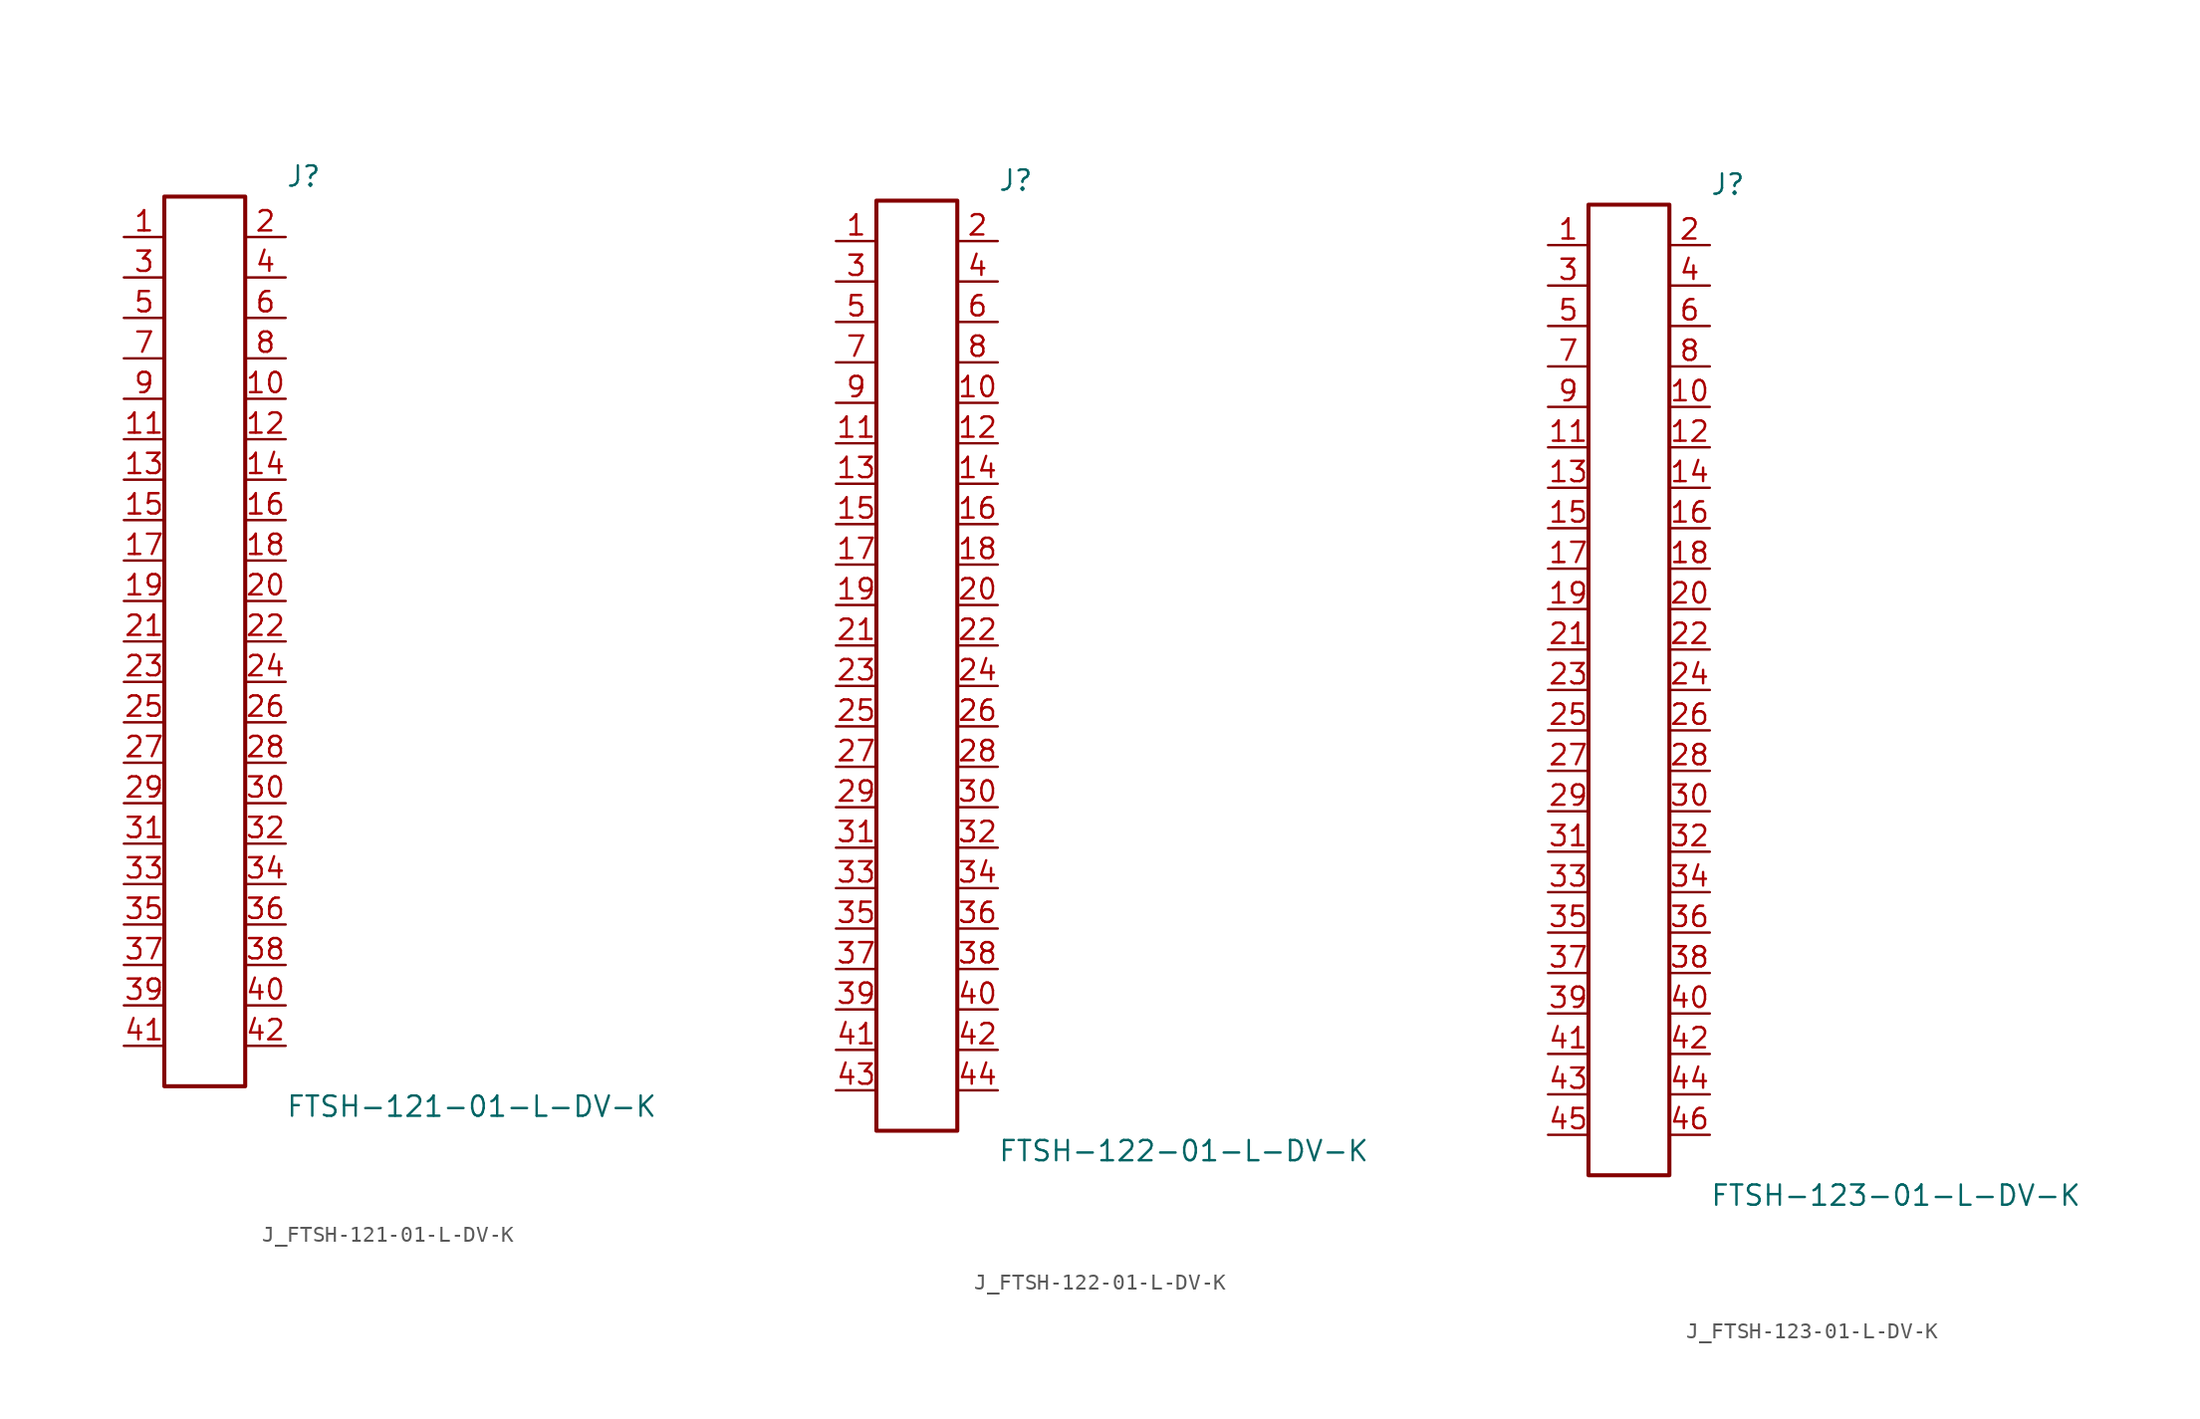
<source format=kicad_sym>
(kicad_symbol_lib
  (version 20231120)
  (generator kicad_symbol_editor)
  (generator_version 8.0)
  (symbol "J_FTSH-121-01-L-DV-K"
    (pin_names
      (offset 0.254))
    (property "Reference" "J"
      (at 5.08 29.21 0)
      (effects (font (size 1.27 1.27)) (justify left)))
    (property "Value" "FTSH-121-01-L-DV-K"
      (at 5.08 -29.21 0)
      (effects (font (size 1.27 1.27)) (justify left)))
    (symbol "J_FTSH-121-01-L-DV-K_0_0"
      (pin passive line (at -5.08 25.4 0) (length 2.54) (name "" (effects (font (size 1.27 1.27)))) (number "1" (effects (font (size 1.27 1.27)))))
      (pin passive line (at 5.08 25.4 180) (length 2.54) (name "" (effects (font (size 1.27 1.27)))) (number "2" (effects (font (size 1.27 1.27)))))
      (pin passive line (at -5.08 22.86 0) (length 2.54) (name "" (effects (font (size 1.27 1.27)))) (number "3" (effects (font (size 1.27 1.27)))))
      (pin passive line (at 5.08 22.86 180) (length 2.54) (name "" (effects (font (size 1.27 1.27)))) (number "4" (effects (font (size 1.27 1.27)))))
      (pin passive line (at -5.08 20.32 0) (length 2.54) (name "" (effects (font (size 1.27 1.27)))) (number "5" (effects (font (size 1.27 1.27)))))
      (pin passive line (at 5.08 20.32 180) (length 2.54) (name "" (effects (font (size 1.27 1.27)))) (number "6" (effects (font (size 1.27 1.27)))))
      (pin passive line (at -5.08 17.78 0) (length 2.54) (name "" (effects (font (size 1.27 1.27)))) (number "7" (effects (font (size 1.27 1.27)))))
      (pin passive line (at 5.08 17.78 180) (length 2.54) (name "" (effects (font (size 1.27 1.27)))) (number "8" (effects (font (size 1.27 1.27)))))
      (pin passive line (at -5.08 15.24 0) (length 2.54) (name "" (effects (font (size 1.27 1.27)))) (number "9" (effects (font (size 1.27 1.27)))))
      (pin passive line (at 5.08 15.24 180) (length 2.54) (name "" (effects (font (size 1.27 1.27)))) (number "10" (effects (font (size 1.27 1.27)))))
      (pin passive line (at -5.08 12.7 0) (length 2.54) (name "" (effects (font (size 1.27 1.27)))) (number "11" (effects (font (size 1.27 1.27)))))
      (pin passive line (at 5.08 12.7 180) (length 2.54) (name "" (effects (font (size 1.27 1.27)))) (number "12" (effects (font (size 1.27 1.27)))))
      (pin passive line (at -5.08 10.16 0) (length 2.54) (name "" (effects (font (size 1.27 1.27)))) (number "13" (effects (font (size 1.27 1.27)))))
      (pin passive line (at 5.08 10.16 180) (length 2.54) (name "" (effects (font (size 1.27 1.27)))) (number "14" (effects (font (size 1.27 1.27)))))
      (pin passive line (at -5.08 7.62 0) (length 2.54) (name "" (effects (font (size 1.27 1.27)))) (number "15" (effects (font (size 1.27 1.27)))))
      (pin passive line (at 5.08 7.62 180) (length 2.54) (name "" (effects (font (size 1.27 1.27)))) (number "16" (effects (font (size 1.27 1.27)))))
      (pin passive line (at -5.08 5.08 0) (length 2.54) (name "" (effects (font (size 1.27 1.27)))) (number "17" (effects (font (size 1.27 1.27)))))
      (pin passive line (at 5.08 5.08 180) (length 2.54) (name "" (effects (font (size 1.27 1.27)))) (number "18" (effects (font (size 1.27 1.27)))))
      (pin passive line (at -5.08 2.54 0) (length 2.54) (name "" (effects (font (size 1.27 1.27)))) (number "19" (effects (font (size 1.27 1.27)))))
      (pin passive line (at 5.08 2.54 180) (length 2.54) (name "" (effects (font (size 1.27 1.27)))) (number "20" (effects (font (size 1.27 1.27)))))
      (pin passive line (at -5.08 0.0 0) (length 2.54) (name "" (effects (font (size 1.27 1.27)))) (number "21" (effects (font (size 1.27 1.27)))))
      (pin passive line (at 5.08 0.0 180) (length 2.54) (name "" (effects (font (size 1.27 1.27)))) (number "22" (effects (font (size 1.27 1.27)))))
      (pin passive line (at -5.08 -2.54 0) (length 2.54) (name "" (effects (font (size 1.27 1.27)))) (number "23" (effects (font (size 1.27 1.27)))))
      (pin passive line (at 5.08 -2.54 180) (length 2.54) (name "" (effects (font (size 1.27 1.27)))) (number "24" (effects (font (size 1.27 1.27)))))
      (pin passive line (at -5.08 -5.08 0) (length 2.54) (name "" (effects (font (size 1.27 1.27)))) (number "25" (effects (font (size 1.27 1.27)))))
      (pin passive line (at 5.08 -5.08 180) (length 2.54) (name "" (effects (font (size 1.27 1.27)))) (number "26" (effects (font (size 1.27 1.27)))))
      (pin passive line (at -5.08 -7.62 0) (length 2.54) (name "" (effects (font (size 1.27 1.27)))) (number "27" (effects (font (size 1.27 1.27)))))
      (pin passive line (at 5.08 -7.62 180) (length 2.54) (name "" (effects (font (size 1.27 1.27)))) (number "28" (effects (font (size 1.27 1.27)))))
      (pin passive line (at -5.08 -10.16 0) (length 2.54) (name "" (effects (font (size 1.27 1.27)))) (number "29" (effects (font (size 1.27 1.27)))))
      (pin passive line (at 5.08 -10.16 180) (length 2.54) (name "" (effects (font (size 1.27 1.27)))) (number "30" (effects (font (size 1.27 1.27)))))
      (pin passive line (at -5.08 -12.7 0) (length 2.54) (name "" (effects (font (size 1.27 1.27)))) (number "31" (effects (font (size 1.27 1.27)))))
      (pin passive line (at 5.08 -12.7 180) (length 2.54) (name "" (effects (font (size 1.27 1.27)))) (number "32" (effects (font (size 1.27 1.27)))))
      (pin passive line (at -5.08 -15.24 0) (length 2.54) (name "" (effects (font (size 1.27 1.27)))) (number "33" (effects (font (size 1.27 1.27)))))
      (pin passive line (at 5.08 -15.24 180) (length 2.54) (name "" (effects (font (size 1.27 1.27)))) (number "34" (effects (font (size 1.27 1.27)))))
      (pin passive line (at -5.08 -17.78 0) (length 2.54) (name "" (effects (font (size 1.27 1.27)))) (number "35" (effects (font (size 1.27 1.27)))))
      (pin passive line (at 5.08 -17.78 180) (length 2.54) (name "" (effects (font (size 1.27 1.27)))) (number "36" (effects (font (size 1.27 1.27)))))
      (pin passive line (at -5.08 -20.32 0) (length 2.54) (name "" (effects (font (size 1.27 1.27)))) (number "37" (effects (font (size 1.27 1.27)))))
      (pin passive line (at 5.08 -20.32 180) (length 2.54) (name "" (effects (font (size 1.27 1.27)))) (number "38" (effects (font (size 1.27 1.27)))))
      (pin passive line (at -5.08 -22.86 0) (length 2.54) (name "" (effects (font (size 1.27 1.27)))) (number "39" (effects (font (size 1.27 1.27)))))
      (pin passive line (at 5.08 -22.86 180) (length 2.54) (name "" (effects (font (size 1.27 1.27)))) (number "40" (effects (font (size 1.27 1.27)))))
      (pin passive line (at -5.08 -25.4 0) (length 2.54) (name "" (effects (font (size 1.27 1.27)))) (number "41" (effects (font (size 1.27 1.27)))))
      (pin passive line (at 5.08 -25.4 180) (length 2.54) (name "" (effects (font (size 1.27 1.27)))) (number "42" (effects (font (size 1.27 1.27))))))
    (symbol "J_FTSH-121-01-L-DV-K_1_0"
      (rectangle (start -2.54 27.94) (end 2.54 -27.94) (stroke (width 0.254) (type solid)) (fill (type none)))))
  (symbol "J_FTSH-122-01-L-DV-K"
    (pin_names
      (offset 0.254))
    (property "Reference" "J"
      (at 5.08 30.48 0)
      (effects (font (size 1.27 1.27)) (justify left)))
    (property "Value" "FTSH-122-01-L-DV-K"
      (at 5.08 -30.48 0)
      (effects (font (size 1.27 1.27)) (justify left)))
    (symbol "J_FTSH-122-01-L-DV-K_0_0"
      (pin passive line (at -5.08 26.67 0) (length 2.54) (name "" (effects (font (size 1.27 1.27)))) (number "1" (effects (font (size 1.27 1.27)))))
      (pin passive line (at 5.08 26.67 180) (length 2.54) (name "" (effects (font (size 1.27 1.27)))) (number "2" (effects (font (size 1.27 1.27)))))
      (pin passive line (at -5.08 24.13 0) (length 2.54) (name "" (effects (font (size 1.27 1.27)))) (number "3" (effects (font (size 1.27 1.27)))))
      (pin passive line (at 5.08 24.13 180) (length 2.54) (name "" (effects (font (size 1.27 1.27)))) (number "4" (effects (font (size 1.27 1.27)))))
      (pin passive line (at -5.08 21.59 0) (length 2.54) (name "" (effects (font (size 1.27 1.27)))) (number "5" (effects (font (size 1.27 1.27)))))
      (pin passive line (at 5.08 21.59 180) (length 2.54) (name "" (effects (font (size 1.27 1.27)))) (number "6" (effects (font (size 1.27 1.27)))))
      (pin passive line (at -5.08 19.05 0) (length 2.54) (name "" (effects (font (size 1.27 1.27)))) (number "7" (effects (font (size 1.27 1.27)))))
      (pin passive line (at 5.08 19.05 180) (length 2.54) (name "" (effects (font (size 1.27 1.27)))) (number "8" (effects (font (size 1.27 1.27)))))
      (pin passive line (at -5.08 16.51 0) (length 2.54) (name "" (effects (font (size 1.27 1.27)))) (number "9" (effects (font (size 1.27 1.27)))))
      (pin passive line (at 5.08 16.51 180) (length 2.54) (name "" (effects (font (size 1.27 1.27)))) (number "10" (effects (font (size 1.27 1.27)))))
      (pin passive line (at -5.08 13.97 0) (length 2.54) (name "" (effects (font (size 1.27 1.27)))) (number "11" (effects (font (size 1.27 1.27)))))
      (pin passive line (at 5.08 13.97 180) (length 2.54) (name "" (effects (font (size 1.27 1.27)))) (number "12" (effects (font (size 1.27 1.27)))))
      (pin passive line (at -5.08 11.43 0) (length 2.54) (name "" (effects (font (size 1.27 1.27)))) (number "13" (effects (font (size 1.27 1.27)))))
      (pin passive line (at 5.08 11.43 180) (length 2.54) (name "" (effects (font (size 1.27 1.27)))) (number "14" (effects (font (size 1.27 1.27)))))
      (pin passive line (at -5.08 8.89 0) (length 2.54) (name "" (effects (font (size 1.27 1.27)))) (number "15" (effects (font (size 1.27 1.27)))))
      (pin passive line (at 5.08 8.89 180) (length 2.54) (name "" (effects (font (size 1.27 1.27)))) (number "16" (effects (font (size 1.27 1.27)))))
      (pin passive line (at -5.08 6.35 0) (length 2.54) (name "" (effects (font (size 1.27 1.27)))) (number "17" (effects (font (size 1.27 1.27)))))
      (pin passive line (at 5.08 6.35 180) (length 2.54) (name "" (effects (font (size 1.27 1.27)))) (number "18" (effects (font (size 1.27 1.27)))))
      (pin passive line (at -5.08 3.81 0) (length 2.54) (name "" (effects (font (size 1.27 1.27)))) (number "19" (effects (font (size 1.27 1.27)))))
      (pin passive line (at 5.08 3.81 180) (length 2.54) (name "" (effects (font (size 1.27 1.27)))) (number "20" (effects (font (size 1.27 1.27)))))
      (pin passive line (at -5.08 1.27 0) (length 2.54) (name "" (effects (font (size 1.27 1.27)))) (number "21" (effects (font (size 1.27 1.27)))))
      (pin passive line (at 5.08 1.27 180) (length 2.54) (name "" (effects (font (size 1.27 1.27)))) (number "22" (effects (font (size 1.27 1.27)))))
      (pin passive line (at -5.08 -1.27 0) (length 2.54) (name "" (effects (font (size 1.27 1.27)))) (number "23" (effects (font (size 1.27 1.27)))))
      (pin passive line (at 5.08 -1.27 180) (length 2.54) (name "" (effects (font (size 1.27 1.27)))) (number "24" (effects (font (size 1.27 1.27)))))
      (pin passive line (at -5.08 -3.81 0) (length 2.54) (name "" (effects (font (size 1.27 1.27)))) (number "25" (effects (font (size 1.27 1.27)))))
      (pin passive line (at 5.08 -3.81 180) (length 2.54) (name "" (effects (font (size 1.27 1.27)))) (number "26" (effects (font (size 1.27 1.27)))))
      (pin passive line (at -5.08 -6.35 0) (length 2.54) (name "" (effects (font (size 1.27 1.27)))) (number "27" (effects (font (size 1.27 1.27)))))
      (pin passive line (at 5.08 -6.35 180) (length 2.54) (name "" (effects (font (size 1.27 1.27)))) (number "28" (effects (font (size 1.27 1.27)))))
      (pin passive line (at -5.08 -8.89 0) (length 2.54) (name "" (effects (font (size 1.27 1.27)))) (number "29" (effects (font (size 1.27 1.27)))))
      (pin passive line (at 5.08 -8.89 180) (length 2.54) (name "" (effects (font (size 1.27 1.27)))) (number "30" (effects (font (size 1.27 1.27)))))
      (pin passive line (at -5.08 -11.43 0) (length 2.54) (name "" (effects (font (size 1.27 1.27)))) (number "31" (effects (font (size 1.27 1.27)))))
      (pin passive line (at 5.08 -11.43 180) (length 2.54) (name "" (effects (font (size 1.27 1.27)))) (number "32" (effects (font (size 1.27 1.27)))))
      (pin passive line (at -5.08 -13.97 0) (length 2.54) (name "" (effects (font (size 1.27 1.27)))) (number "33" (effects (font (size 1.27 1.27)))))
      (pin passive line (at 5.08 -13.97 180) (length 2.54) (name "" (effects (font (size 1.27 1.27)))) (number "34" (effects (font (size 1.27 1.27)))))
      (pin passive line (at -5.08 -16.51 0) (length 2.54) (name "" (effects (font (size 1.27 1.27)))) (number "35" (effects (font (size 1.27 1.27)))))
      (pin passive line (at 5.08 -16.51 180) (length 2.54) (name "" (effects (font (size 1.27 1.27)))) (number "36" (effects (font (size 1.27 1.27)))))
      (pin passive line (at -5.08 -19.05 0) (length 2.54) (name "" (effects (font (size 1.27 1.27)))) (number "37" (effects (font (size 1.27 1.27)))))
      (pin passive line (at 5.08 -19.05 180) (length 2.54) (name "" (effects (font (size 1.27 1.27)))) (number "38" (effects (font (size 1.27 1.27)))))
      (pin passive line (at -5.08 -21.59 0) (length 2.54) (name "" (effects (font (size 1.27 1.27)))) (number "39" (effects (font (size 1.27 1.27)))))
      (pin passive line (at 5.08 -21.59 180) (length 2.54) (name "" (effects (font (size 1.27 1.27)))) (number "40" (effects (font (size 1.27 1.27)))))
      (pin passive line (at -5.08 -24.13 0) (length 2.54) (name "" (effects (font (size 1.27 1.27)))) (number "41" (effects (font (size 1.27 1.27)))))
      (pin passive line (at 5.08 -24.13 180) (length 2.54) (name "" (effects (font (size 1.27 1.27)))) (number "42" (effects (font (size 1.27 1.27)))))
      (pin passive line (at -5.08 -26.67 0) (length 2.54) (name "" (effects (font (size 1.27 1.27)))) (number "43" (effects (font (size 1.27 1.27)))))
      (pin passive line (at 5.08 -26.67 180) (length 2.54) (name "" (effects (font (size 1.27 1.27)))) (number "44" (effects (font (size 1.27 1.27))))))
    (symbol "J_FTSH-122-01-L-DV-K_1_0"
      (rectangle (start -2.54 29.21) (end 2.54 -29.21) (stroke (width 0.254) (type solid)) (fill (type none)))))
  (symbol "J_FTSH-123-01-L-DV-K"
    (pin_names
      (offset 0.254))
    (property "Reference" "J"
      (at 5.08 31.75 0)
      (effects (font (size 1.27 1.27)) (justify left)))
    (property "Value" "FTSH-123-01-L-DV-K"
      (at 5.08 -31.75 0)
      (effects (font (size 1.27 1.27)) (justify left)))
    (symbol "J_FTSH-123-01-L-DV-K_0_0"
      (pin passive line (at -5.08 27.94 0) (length 2.54) (name "" (effects (font (size 1.27 1.27)))) (number "1" (effects (font (size 1.27 1.27)))))
      (pin passive line (at 5.08 27.94 180) (length 2.54) (name "" (effects (font (size 1.27 1.27)))) (number "2" (effects (font (size 1.27 1.27)))))
      (pin passive line (at -5.08 25.4 0) (length 2.54) (name "" (effects (font (size 1.27 1.27)))) (number "3" (effects (font (size 1.27 1.27)))))
      (pin passive line (at 5.08 25.4 180) (length 2.54) (name "" (effects (font (size 1.27 1.27)))) (number "4" (effects (font (size 1.27 1.27)))))
      (pin passive line (at -5.08 22.86 0) (length 2.54) (name "" (effects (font (size 1.27 1.27)))) (number "5" (effects (font (size 1.27 1.27)))))
      (pin passive line (at 5.08 22.86 180) (length 2.54) (name "" (effects (font (size 1.27 1.27)))) (number "6" (effects (font (size 1.27 1.27)))))
      (pin passive line (at -5.08 20.32 0) (length 2.54) (name "" (effects (font (size 1.27 1.27)))) (number "7" (effects (font (size 1.27 1.27)))))
      (pin passive line (at 5.08 20.32 180) (length 2.54) (name "" (effects (font (size 1.27 1.27)))) (number "8" (effects (font (size 1.27 1.27)))))
      (pin passive line (at -5.08 17.78 0) (length 2.54) (name "" (effects (font (size 1.27 1.27)))) (number "9" (effects (font (size 1.27 1.27)))))
      (pin passive line (at 5.08 17.78 180) (length 2.54) (name "" (effects (font (size 1.27 1.27)))) (number "10" (effects (font (size 1.27 1.27)))))
      (pin passive line (at -5.08 15.24 0) (length 2.54) (name "" (effects (font (size 1.27 1.27)))) (number "11" (effects (font (size 1.27 1.27)))))
      (pin passive line (at 5.08 15.24 180) (length 2.54) (name "" (effects (font (size 1.27 1.27)))) (number "12" (effects (font (size 1.27 1.27)))))
      (pin passive line (at -5.08 12.7 0) (length 2.54) (name "" (effects (font (size 1.27 1.27)))) (number "13" (effects (font (size 1.27 1.27)))))
      (pin passive line (at 5.08 12.7 180) (length 2.54) (name "" (effects (font (size 1.27 1.27)))) (number "14" (effects (font (size 1.27 1.27)))))
      (pin passive line (at -5.08 10.16 0) (length 2.54) (name "" (effects (font (size 1.27 1.27)))) (number "15" (effects (font (size 1.27 1.27)))))
      (pin passive line (at 5.08 10.16 180) (length 2.54) (name "" (effects (font (size 1.27 1.27)))) (number "16" (effects (font (size 1.27 1.27)))))
      (pin passive line (at -5.08 7.62 0) (length 2.54) (name "" (effects (font (size 1.27 1.27)))) (number "17" (effects (font (size 1.27 1.27)))))
      (pin passive line (at 5.08 7.62 180) (length 2.54) (name "" (effects (font (size 1.27 1.27)))) (number "18" (effects (font (size 1.27 1.27)))))
      (pin passive line (at -5.08 5.08 0) (length 2.54) (name "" (effects (font (size 1.27 1.27)))) (number "19" (effects (font (size 1.27 1.27)))))
      (pin passive line (at 5.08 5.08 180) (length 2.54) (name "" (effects (font (size 1.27 1.27)))) (number "20" (effects (font (size 1.27 1.27)))))
      (pin passive line (at -5.08 2.54 0) (length 2.54) (name "" (effects (font (size 1.27 1.27)))) (number "21" (effects (font (size 1.27 1.27)))))
      (pin passive line (at 5.08 2.54 180) (length 2.54) (name "" (effects (font (size 1.27 1.27)))) (number "22" (effects (font (size 1.27 1.27)))))
      (pin passive line (at -5.08 0.0 0) (length 2.54) (name "" (effects (font (size 1.27 1.27)))) (number "23" (effects (font (size 1.27 1.27)))))
      (pin passive line (at 5.08 0.0 180) (length 2.54) (name "" (effects (font (size 1.27 1.27)))) (number "24" (effects (font (size 1.27 1.27)))))
      (pin passive line (at -5.08 -2.54 0) (length 2.54) (name "" (effects (font (size 1.27 1.27)))) (number "25" (effects (font (size 1.27 1.27)))))
      (pin passive line (at 5.08 -2.54 180) (length 2.54) (name "" (effects (font (size 1.27 1.27)))) (number "26" (effects (font (size 1.27 1.27)))))
      (pin passive line (at -5.08 -5.08 0) (length 2.54) (name "" (effects (font (size 1.27 1.27)))) (number "27" (effects (font (size 1.27 1.27)))))
      (pin passive line (at 5.08 -5.08 180) (length 2.54) (name "" (effects (font (size 1.27 1.27)))) (number "28" (effects (font (size 1.27 1.27)))))
      (pin passive line (at -5.08 -7.62 0) (length 2.54) (name "" (effects (font (size 1.27 1.27)))) (number "29" (effects (font (size 1.27 1.27)))))
      (pin passive line (at 5.08 -7.62 180) (length 2.54) (name "" (effects (font (size 1.27 1.27)))) (number "30" (effects (font (size 1.27 1.27)))))
      (pin passive line (at -5.08 -10.16 0) (length 2.54) (name "" (effects (font (size 1.27 1.27)))) (number "31" (effects (font (size 1.27 1.27)))))
      (pin passive line (at 5.08 -10.16 180) (length 2.54) (name "" (effects (font (size 1.27 1.27)))) (number "32" (effects (font (size 1.27 1.27)))))
      (pin passive line (at -5.08 -12.7 0) (length 2.54) (name "" (effects (font (size 1.27 1.27)))) (number "33" (effects (font (size 1.27 1.27)))))
      (pin passive line (at 5.08 -12.7 180) (length 2.54) (name "" (effects (font (size 1.27 1.27)))) (number "34" (effects (font (size 1.27 1.27)))))
      (pin passive line (at -5.08 -15.24 0) (length 2.54) (name "" (effects (font (size 1.27 1.27)))) (number "35" (effects (font (size 1.27 1.27)))))
      (pin passive line (at 5.08 -15.24 180) (length 2.54) (name "" (effects (font (size 1.27 1.27)))) (number "36" (effects (font (size 1.27 1.27)))))
      (pin passive line (at -5.08 -17.78 0) (length 2.54) (name "" (effects (font (size 1.27 1.27)))) (number "37" (effects (font (size 1.27 1.27)))))
      (pin passive line (at 5.08 -17.78 180) (length 2.54) (name "" (effects (font (size 1.27 1.27)))) (number "38" (effects (font (size 1.27 1.27)))))
      (pin passive line (at -5.08 -20.32 0) (length 2.54) (name "" (effects (font (size 1.27 1.27)))) (number "39" (effects (font (size 1.27 1.27)))))
      (pin passive line (at 5.08 -20.32 180) (length 2.54) (name "" (effects (font (size 1.27 1.27)))) (number "40" (effects (font (size 1.27 1.27)))))
      (pin passive line (at -5.08 -22.86 0) (length 2.54) (name "" (effects (font (size 1.27 1.27)))) (number "41" (effects (font (size 1.27 1.27)))))
      (pin passive line (at 5.08 -22.86 180) (length 2.54) (name "" (effects (font (size 1.27 1.27)))) (number "42" (effects (font (size 1.27 1.27)))))
      (pin passive line (at -5.08 -25.4 0) (length 2.54) (name "" (effects (font (size 1.27 1.27)))) (number "43" (effects (font (size 1.27 1.27)))))
      (pin passive line (at 5.08 -25.4 180) (length 2.54) (name "" (effects (font (size 1.27 1.27)))) (number "44" (effects (font (size 1.27 1.27)))))
      (pin passive line (at -5.08 -27.94 0) (length 2.54) (name "" (effects (font (size 1.27 1.27)))) (number "45" (effects (font (size 1.27 1.27)))))
      (pin passive line (at 5.08 -27.94 180) (length 2.54) (name "" (effects (font (size 1.27 1.27)))) (number "46" (effects (font (size 1.27 1.27))))))
    (symbol "J_FTSH-123-01-L-DV-K_1_0"
      (rectangle (start -2.54 30.48) (end 2.54 -30.48) (stroke (width 0.254) (type solid)) (fill (type none))))))
</source>
